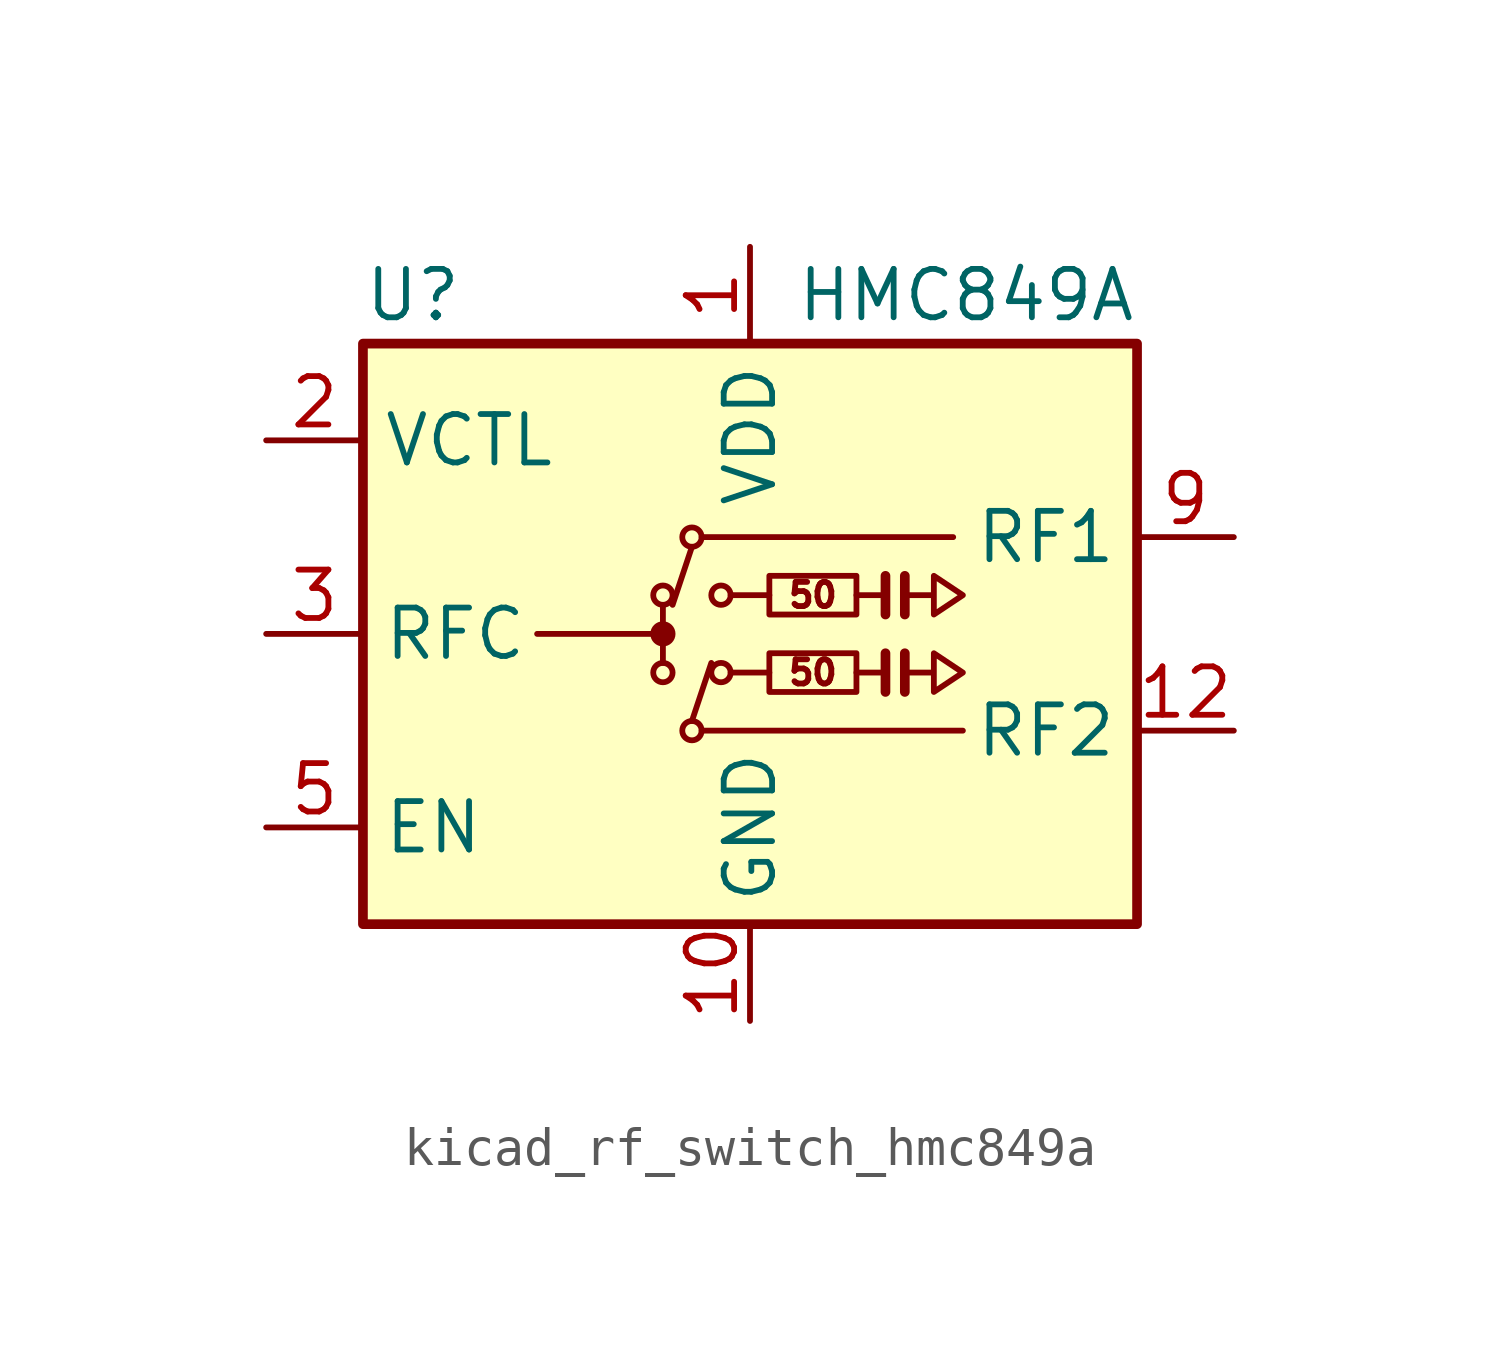
<source format=kicad_sym>
(kicad_symbol_lib
  (version 20220914)
  (generator kicad_symbol_editor)
  (symbol "kicad_rf_switch_hmc849a"
    (property "Reference" "U"
      (at -10.16 8.89 0)
      (effects (font (size 1.27 1.27)) (justify left)))
    (property "Value" "HMC849A"
      (at 10.16 8.89 0)
      (effects (font (size 1.27 1.27)) (justify right)))
    (symbol "kicad_rf_switch_hmc849a_0_0"
      (text "50" (at 1.651 -1.016 0) (effects (font (size 0.635 0.635))))
      (text "50" (at 1.651 1.016 0) (effects (font (size 0.635 0.635)))))
    (symbol "kicad_rf_switch_hmc849a_0_1"
      (rectangle (start -10.16 7.62) (end 10.16 -7.62) (stroke (width 0.254) (type default)) (fill (type background)))
      (circle (center -2.286 0) (radius 0.254) (stroke (width 0) (type default)) (fill (type outline)))
      (circle (center -2.286 1.016) (radius 0.254) (stroke (width 0) (type default)) (fill (type none)))
      (circle (center -1.524 -2.54) (radius 0.254) (stroke (width 0) (type default)) (fill (type none)))
      (circle (center -1.524 2.54) (radius 0.254) (stroke (width 0) (type default)) (fill (type none)))
      (circle (center -0.762 -1.016) (radius 0.254) (stroke (width 0) (type default)) (fill (type none)))
      (polyline (pts (xy -2.286 0) (xy -5.588 0)) (stroke (width 0) (type default)) (fill (type none)))
      (polyline (pts (xy -2.286 0.762) (xy -2.286 -0.762)) (stroke (width 0) (type default)) (fill (type none)))
      (polyline (pts (xy -1.524 -2.286) (xy -1.016 -0.762)) (stroke (width 0) (type default)) (fill (type none)))
      (polyline (pts (xy -1.524 2.286) (xy -2.032 0.762)) (stroke (width 0) (type default)) (fill (type none)))
      (polyline (pts (xy -1.27 -2.54) (xy 5.588 -2.54)) (stroke (width 0) (type default)) (fill (type none)))
      (polyline (pts (xy -1.27 2.54) (xy 5.334 2.54)) (stroke (width 0) (type default)) (fill (type none)))
      (polyline (pts (xy -0.508 -1.016) (xy 0.508 -1.016)) (stroke (width 0) (type default)) (fill (type none)))
      (polyline (pts (xy -0.508 1.016) (xy 0.508 1.016)) (stroke (width 0) (type default)) (fill (type none)))
      (polyline (pts (xy 3.556 -1.524) (xy 3.556 -0.508)) (stroke (width 0.254) (type default)) (fill (type none)))
      (polyline (pts (xy 3.556 -1.016) (xy 2.794 -1.016)) (stroke (width 0) (type default)) (fill (type none)))
      (polyline (pts (xy 3.556 0.508) (xy 3.556 1.524)) (stroke (width 0.254) (type default)) (fill (type none)))
      (polyline (pts (xy 3.556 1.016) (xy 2.794 1.016)) (stroke (width 0) (type default)) (fill (type none)))
      (polyline (pts (xy 4.064 -0.508) (xy 4.064 -1.524)) (stroke (width 0.254) (type default)) (fill (type none)))
      (polyline (pts (xy 4.064 1.524) (xy 4.064 0.508)) (stroke (width 0.254) (type default)) (fill (type none)))
      (polyline (pts (xy 4.064 -1.016) (xy 4.826 -1.016) (xy 4.826 -1.524) (xy 5.588 -1.016) (xy 4.826 -0.508) (xy 4.826 -1.016)) (stroke (width 0) (type default)) (fill (type none)))
      (polyline (pts (xy 4.064 1.016) (xy 4.826 1.016) (xy 4.826 0.508) (xy 5.588 1.016) (xy 4.826 1.524) (xy 4.826 1.016)) (stroke (width 0) (type default)) (fill (type none)))
      (rectangle (start 0.508 -1.524) (end 2.794 -0.508) (stroke (width 0) (type default)) (fill (type none)))
      (rectangle (start 0.508 0.508) (end 2.794 1.524) (stroke (width 0) (type default)) (fill (type none))))
    (symbol "kicad_rf_switch_hmc849a_1_1"
      (circle (center -2.286 -1.016) (radius 0.254) (stroke (width 0) (type default)) (fill (type none)))
      (circle (center -0.762 1.016) (radius 0.254) (stroke (width 0) (type default)) (fill (type none)))
      (pin power_in line (at 0 10.16 270) (length 2.54) (name "VDD" (effects (font (size 1.27 1.27)))) (number "1" (effects (font (size 1.27 1.27)))))
      (pin power_in line (at 0 -10.16 90) (length 2.54) (name "GND" (effects (font (size 1.27 1.27)))) (number "10" (effects (font (size 1.27 1.27)))))
      (pin passive line (at 0 -10.16 90) (length 2.54) hide (name "GND" (effects (font (size 1.27 1.27)))) (number "11" (effects (font (size 1.27 1.27)))))
      (pin passive line (at 12.7 -2.54 180) (length 2.54) (name "RF2" (effects (font (size 1.27 1.27)))) (number "12" (effects (font (size 1.27 1.27)))))
      (pin passive line (at 0 -10.16 90) (length 2.54) hide (name "GND" (effects (font (size 1.27 1.27)))) (number "13" (effects (font (size 1.27 1.27)))))
      (pin passive line (at 0 -10.16 90) (length 2.54) hide (name "GND" (effects (font (size 1.27 1.27)))) (number "14" (effects (font (size 1.27 1.27)))))
      (pin passive line (at 0 -10.16 90) (length 2.54) hide (name "GND" (effects (font (size 1.27 1.27)))) (number "15" (effects (font (size 1.27 1.27)))))
      (pin passive line (at 0 -10.16 90) (length 2.54) hide (name "GND" (effects (font (size 1.27 1.27)))) (number "16" (effects (font (size 1.27 1.27)))))
      (pin passive line (at 0 -10.16 90) (length 2.54) hide (name "GND" (effects (font (size 1.27 1.27)))) (number "17" (effects (font (size 1.27 1.27)))))
      (pin input line (at -12.7 5.08 0) (length 2.54) (name "VCTL" (effects (font (size 1.27 1.27)))) (number "2" (effects (font (size 1.27 1.27)))))
      (pin passive line (at -12.7 0 0) (length 2.54) (name "RFC" (effects (font (size 1.27 1.27)))) (number "3" (effects (font (size 1.27 1.27)))))
      (pin passive line (at 0 -10.16 90) (length 2.54) hide (name "GND" (effects (font (size 1.27 1.27)))) (number "4" (effects (font (size 1.27 1.27)))))
      (pin input line (at -12.7 -5.08 0) (length 2.54) (name "EN" (effects (font (size 1.27 1.27)))) (number "5" (effects (font (size 1.27 1.27)))))
      (pin passive line (at 0 -10.16 90) (length 2.54) hide (name "GND" (effects (font (size 1.27 1.27)))) (number "6" (effects (font (size 1.27 1.27)))))
      (pin passive line (at 0 -10.16 90) (length 2.54) hide (name "GND" (effects (font (size 1.27 1.27)))) (number "7" (effects (font (size 1.27 1.27)))))
      (pin passive line (at 0 -10.16 90) (length 2.54) hide (name "GND" (effects (font (size 1.27 1.27)))) (number "8" (effects (font (size 1.27 1.27)))))
      (pin passive line (at 12.7 2.54 180) (length 2.54) (name "RF1" (effects (font (size 1.27 1.27)))) (number "9" (effects (font (size 1.27 1.27))))))))
</source>
